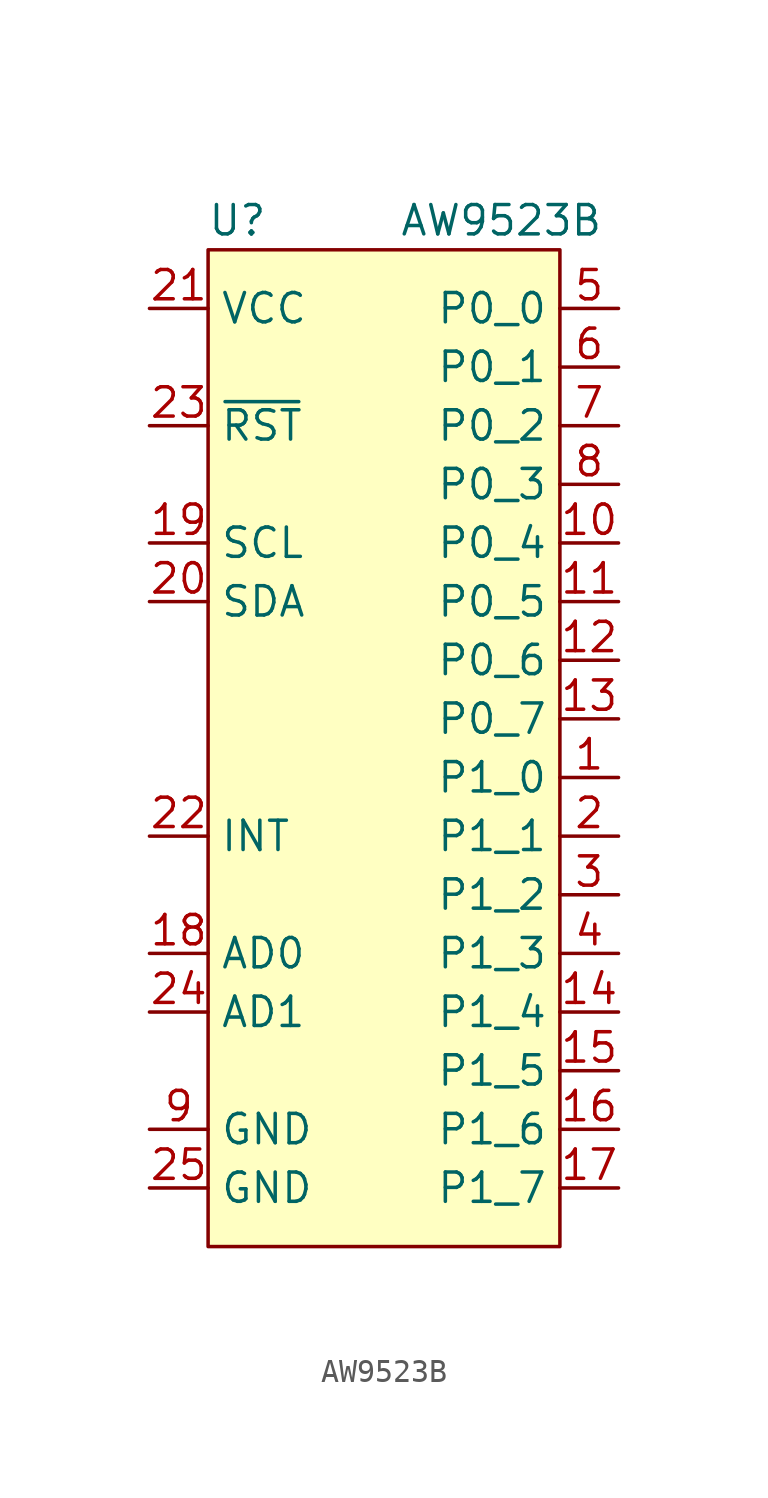
<source format=kicad_sym>
(kicad_symbol_lib
  (version 20211014)
  (generator kicad_symbol_editor)
  (symbol "AW9523B"
    (property "Reference" "U"
      (at -6.35 22.86 0)
      (effects (font (size 1.27 1.27))))
    (property "Value" "AW9523B"
      (at 5.08 22.86 0)
      (effects (font (size 1.27 1.27))))
    (symbol "AW9523B_0_1"
      (rectangle (start -7.62 21.59) (end 7.62 -21.59) (stroke (width 0) (type default) (color 0 0 0 0)) (fill (type background))))
    (symbol "AW9523B_1_1"
      (pin bidirectional line (at 10.16 -1.27 180) (length 2.54) (name "P1_0" (effects (font (size 1.27 1.27)))) (number "1" (effects (font (size 1.27 1.27)))))
      (pin bidirectional line (at 10.16 8.89 180) (length 2.54) (name "P0_4" (effects (font (size 1.27 1.27)))) (number "10" (effects (font (size 1.27 1.27)))))
      (pin bidirectional line (at 10.16 6.35 180) (length 2.54) (name "P0_5" (effects (font (size 1.27 1.27)))) (number "11" (effects (font (size 1.27 1.27)))))
      (pin bidirectional line (at 10.16 3.81 180) (length 2.54) (name "P0_6" (effects (font (size 1.27 1.27)))) (number "12" (effects (font (size 1.27 1.27)))))
      (pin bidirectional line (at 10.16 1.27 180) (length 2.54) (name "P0_7" (effects (font (size 1.27 1.27)))) (number "13" (effects (font (size 1.27 1.27)))))
      (pin bidirectional line (at 10.16 -11.43 180) (length 2.54) (name "P1_4" (effects (font (size 1.27 1.27)))) (number "14" (effects (font (size 1.27 1.27)))))
      (pin bidirectional line (at 10.16 -13.97 180) (length 2.54) (name "P1_5" (effects (font (size 1.27 1.27)))) (number "15" (effects (font (size 1.27 1.27)))))
      (pin bidirectional line (at 10.16 -16.51 180) (length 2.54) (name "P1_6" (effects (font (size 1.27 1.27)))) (number "16" (effects (font (size 1.27 1.27)))))
      (pin bidirectional line (at 10.16 -19.05 180) (length 2.54) (name "P1_7" (effects (font (size 1.27 1.27)))) (number "17" (effects (font (size 1.27 1.27)))))
      (pin input line (at -10.16 -8.89 0) (length 2.54) (name "AD0" (effects (font (size 1.27 1.27)))) (number "18" (effects (font (size 1.27 1.27)))))
      (pin input line (at -10.16 8.89 0) (length 2.54) (name "SCL" (effects (font (size 1.27 1.27)))) (number "19" (effects (font (size 1.27 1.27)))))
      (pin bidirectional line (at 10.16 -3.81 180) (length 2.54) (name "P1_1" (effects (font (size 1.27 1.27)))) (number "2" (effects (font (size 1.27 1.27)))))
      (pin bidirectional line (at -10.16 6.35 0) (length 2.54) (name "SDA" (effects (font (size 1.27 1.27)))) (number "20" (effects (font (size 1.27 1.27)))))
      (pin power_in line (at -10.16 19.05 0) (length 2.54) (name "VCC" (effects (font (size 1.27 1.27)))) (number "21" (effects (font (size 1.27 1.27)))))
      (pin output line (at -10.16 -3.81 0) (length 2.54) (name "INT" (effects (font (size 1.27 1.27)))) (number "22" (effects (font (size 1.27 1.27)))))
      (pin input line (at -10.16 13.97 0) (length 2.54) (name "~{RST}" (effects (font (size 1.27 1.27)))) (number "23" (effects (font (size 1.27 1.27)))))
      (pin input line (at -10.16 -11.43 0) (length 2.54) (name "AD1" (effects (font (size 1.27 1.27)))) (number "24" (effects (font (size 1.27 1.27)))))
      (pin power_in line (at -10.16 -19.05 0) (length 2.54) (name "GND" (effects (font (size 1.27 1.27)))) (number "25" (effects (font (size 1.27 1.27)))))
      (pin bidirectional line (at 10.16 -6.35 180) (length 2.54) (name "P1_2" (effects (font (size 1.27 1.27)))) (number "3" (effects (font (size 1.27 1.27)))))
      (pin bidirectional line (at 10.16 -8.89 180) (length 2.54) (name "P1_3" (effects (font (size 1.27 1.27)))) (number "4" (effects (font (size 1.27 1.27)))))
      (pin bidirectional line (at 10.16 19.05 180) (length 2.54) (name "P0_0" (effects (font (size 1.27 1.27)))) (number "5" (effects (font (size 1.27 1.27)))))
      (pin bidirectional line (at 10.16 16.51 180) (length 2.54) (name "P0_1" (effects (font (size 1.27 1.27)))) (number "6" (effects (font (size 1.27 1.27)))))
      (pin bidirectional line (at 10.16 13.97 180) (length 2.54) (name "P0_2" (effects (font (size 1.27 1.27)))) (number "7" (effects (font (size 1.27 1.27)))))
      (pin bidirectional line (at 10.16 11.43 180) (length 2.54) (name "P0_3" (effects (font (size 1.27 1.27)))) (number "8" (effects (font (size 1.27 1.27)))))
      (pin power_in line (at -10.16 -16.51 0) (length 2.54) (name "GND" (effects (font (size 1.27 1.27)))) (number "9" (effects (font (size 1.27 1.27))))))))
</source>
